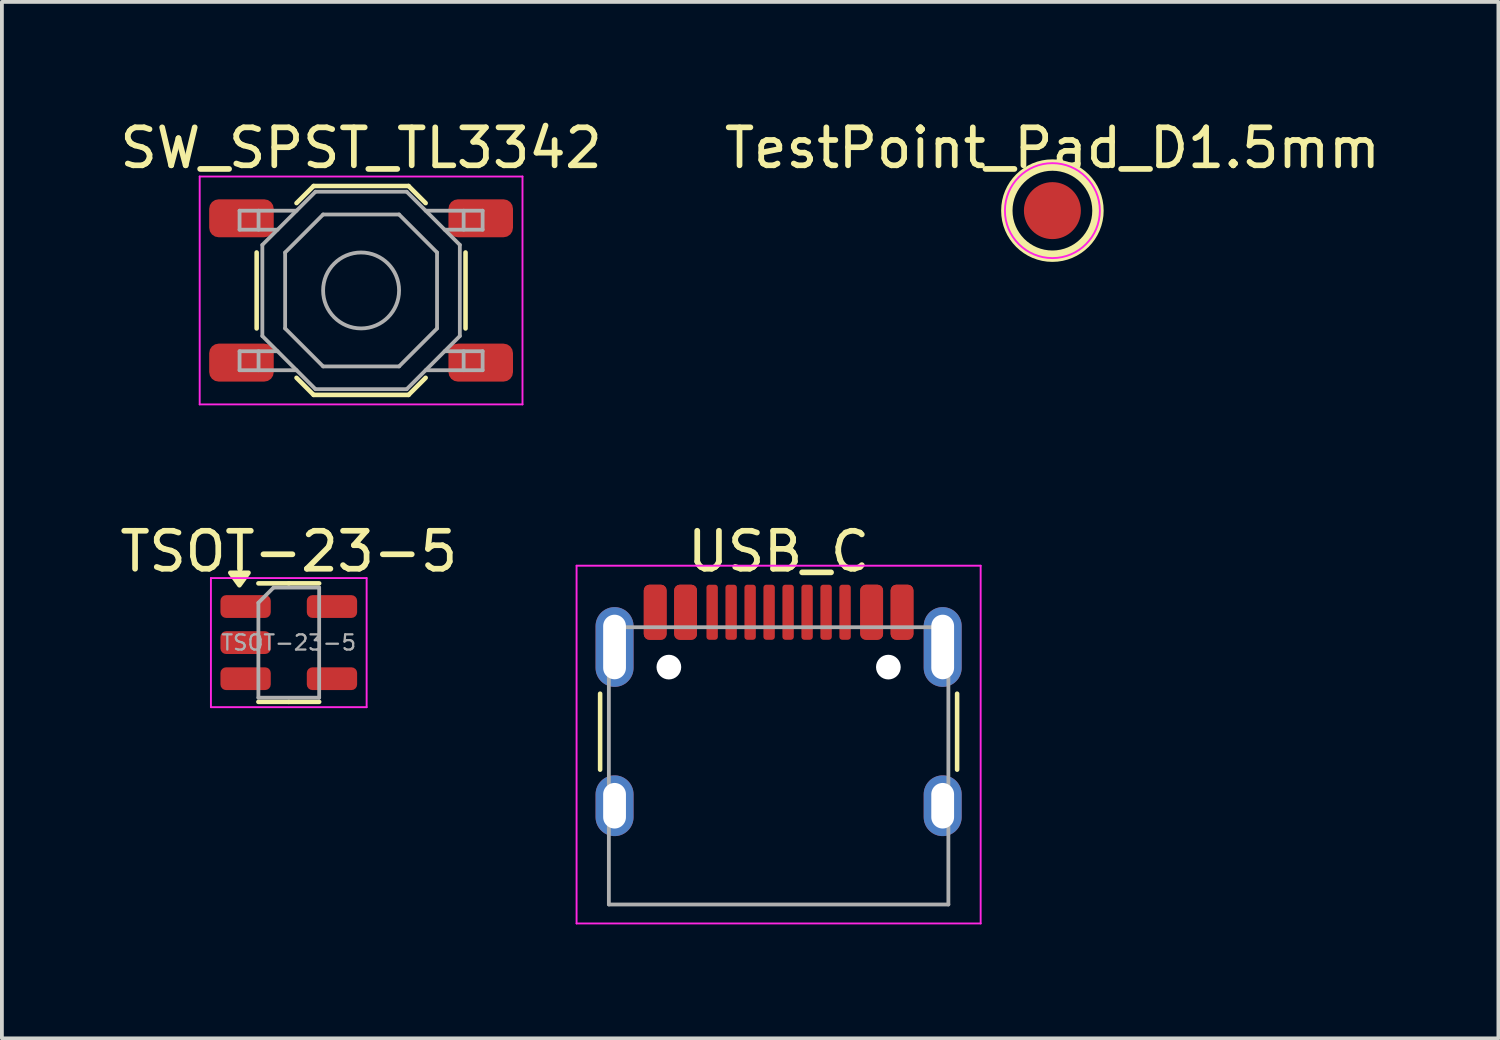
<source format=kicad_pcb>
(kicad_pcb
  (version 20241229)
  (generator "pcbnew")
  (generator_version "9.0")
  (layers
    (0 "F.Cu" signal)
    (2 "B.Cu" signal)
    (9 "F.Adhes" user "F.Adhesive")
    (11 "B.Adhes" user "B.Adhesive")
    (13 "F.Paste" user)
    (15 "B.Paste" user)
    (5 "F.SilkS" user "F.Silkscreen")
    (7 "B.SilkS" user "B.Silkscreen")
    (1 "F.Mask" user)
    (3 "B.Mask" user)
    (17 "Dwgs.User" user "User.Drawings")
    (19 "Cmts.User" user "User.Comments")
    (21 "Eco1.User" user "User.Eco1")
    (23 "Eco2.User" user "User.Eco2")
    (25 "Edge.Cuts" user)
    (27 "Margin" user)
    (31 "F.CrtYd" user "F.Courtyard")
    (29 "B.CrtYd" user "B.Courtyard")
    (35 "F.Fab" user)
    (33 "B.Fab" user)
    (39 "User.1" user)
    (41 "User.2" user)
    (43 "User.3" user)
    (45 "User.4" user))
  (footprint "USB_C"
    (layer "F.Cu")
    (at 17.452 17.116)
    (property "Reference" "USB_C" (at 0 -5.645 0) (layer "F.SilkS") (effects (font (size 1 1) (thickness 0.15))))
    (attr smd)
    (fp_line (start -4.7 -1.9) (end -4.7 0.1) (stroke (width 0.12) (type solid)) (layer "F.SilkS"))
    (fp_line (start 4.7 -1.9) (end 4.7 0.1) (stroke (width 0.12) (type solid)) (layer "F.SilkS"))
    (fp_line (start -5.32 -5.27) (end -5.32 4.15) (stroke (width 0.05) (type solid)) (layer "F.CrtYd"))
    (fp_line (start -5.32 -5.27) (end 5.32 -5.27) (stroke (width 0.05) (type solid)) (layer "F.CrtYd"))
    (fp_line (start -5.32 4.15) (end 5.32 4.15) (stroke (width 0.05) (type solid)) (layer "F.CrtYd"))
    (fp_line (start 5.32 -5.27) (end 5.32 4.15) (stroke (width 0.05) (type solid)) (layer "F.CrtYd"))
    (fp_line (start -4.47 -3.65) (end -4.47 3.65) (stroke (width 0.1) (type solid)) (layer "F.Fab"))
    (fp_line (start -4.47 -3.65) (end 4.47 -3.65) (stroke (width 0.1) (type solid)) (layer "F.Fab"))
    (fp_line (start -4.47 3.65) (end 4.47 3.65) (stroke (width 0.1) (type solid)) (layer "F.Fab"))
    (fp_line (start 4.47 -3.65) (end 4.47 3.65) (stroke (width 0.1) (type solid)) (layer "F.Fab"))
    (pad "" np_thru_hole circle (at -2.89 -2.6) (size 0.65 0.65) (drill 0.65) (layers "*.Cu" "*.Mask"))
    (pad "" np_thru_hole circle (at 2.89 -2.6) (size 0.65 0.65) (drill 0.65) (layers "*.Cu" "*.Mask"))
    (pad "A1" smd roundrect (at -3.25 -4.045) (size 0.6 1.45) (layers "F.Cu" "F.Mask" "F.Paste") (roundrect_rratio 0.25))
    (pad "A4" smd roundrect (at -2.45 -4.045) (size 0.6 1.45) (layers "F.Cu" "F.Mask" "F.Paste") (roundrect_rratio 0.25))
    (pad "A5" smd roundrect (at -1.25 -4.045) (size 0.3 1.45) (layers "F.Cu" "F.Mask" "F.Paste") (roundrect_rratio 0.25))
    (pad "A6" smd roundrect (at -0.25 -4.045) (size 0.3 1.45) (layers "F.Cu" "F.Mask" "F.Paste") (roundrect_rratio 0.25))
    (pad "A7" smd roundrect (at 0.25 -4.045) (size 0.3 1.45) (layers "F.Cu" "F.Mask" "F.Paste") (roundrect_rratio 0.25))
    (pad "A8" smd roundrect (at 1.25 -4.045) (size 0.3 1.45) (layers "F.Cu" "F.Mask" "F.Paste") (roundrect_rratio 0.25))
    (pad "A9" smd roundrect (at 2.45 -4.045) (size 0.6 1.45) (layers "F.Cu" "F.Mask" "F.Paste") (roundrect_rratio 0.25))
    (pad "A12" smd roundrect (at 3.25 -4.045) (size 0.6 1.45) (layers "F.Cu" "F.Mask" "F.Paste") (roundrect_rratio 0.25))
    (pad "B1" smd roundrect (at 3.25 -4.045) (size 0.6 1.45) (layers "F.Cu" "F.Mask" "F.Paste") (roundrect_rratio 0.25))
    (pad "B4" smd roundrect (at 2.45 -4.045) (size 0.6 1.45) (layers "F.Cu" "F.Mask" "F.Paste") (roundrect_rratio 0.25))
    (pad "B5" smd roundrect (at 1.75 -4.045) (size 0.3 1.45) (layers "F.Cu" "F.Mask" "F.Paste") (roundrect_rratio 0.25))
    (pad "B6" smd roundrect (at 0.75 -4.045) (size 0.3 1.45) (layers "F.Cu" "F.Mask" "F.Paste") (roundrect_rratio 0.25))
    (pad "B7" smd roundrect (at -0.75 -4.045) (size 0.3 1.45) (layers "F.Cu" "F.Mask" "F.Paste") (roundrect_rratio 0.25))
    (pad "B8" smd roundrect (at -1.75 -4.045) (size 0.3 1.45) (layers "F.Cu" "F.Mask" "F.Paste") (roundrect_rratio 0.25))
    (pad "B9" smd roundrect (at -2.45 -4.045) (size 0.6 1.45) (layers "F.Cu" "F.Mask" "F.Paste") (roundrect_rratio 0.25))
    (pad "B12" smd roundrect (at -3.25 -4.045) (size 0.6 1.45) (layers "F.Cu" "F.Mask" "F.Paste") (roundrect_rratio 0.25))
    (pad "S1" thru_hole oval (at -4.32 -3.13) (size 1 2.1) (drill oval 0.6 1.7) (layers "*.Cu" "*.Mask"))
    (pad "S1" thru_hole oval (at -4.32 1.05) (size 1 1.6) (drill oval 0.6 1.2) (layers "*.Cu" "*.Mask"))
    (pad "S1" thru_hole oval (at 4.32 -3.13) (size 1 2.1) (drill oval 0.6 1.7) (layers "*.Cu" "*.Mask"))
    (pad "S1" thru_hole oval (at 4.32 1.05) (size 1 1.6) (drill oval 0.6 1.2) (layers "*.Cu" "*.Mask")))
  (footprint "TSOT-23-5"
    (layer "F.Cu")
    (at 4.554 13.871)
    (property "Reference" "TSOT-23-5" (at 0 -2.4 0) (layer "F.SilkS") (effects (font (size 1 1) (thickness 0.15))))
    (attr smd)
    (fp_line (start 0 -1.56) (end -0.8 -1.56) (stroke (width 0.12) (type solid)) (layer "F.SilkS"))
    (fp_line (start 0 -1.56) (end 0.8 -1.56) (stroke (width 0.12) (type solid)) (layer "F.SilkS"))
    (fp_line (start 0 1.56) (end -0.8 1.56) (stroke (width 0.12) (type solid)) (layer "F.SilkS"))
    (fp_line (start 0 1.56) (end 0.8 1.56) (stroke (width 0.12) (type solid)) (layer "F.SilkS"))
    (fp_poly (pts (xy -1.3 -1.51) (xy -1.54 -1.84) (xy -1.06 -1.84) (xy -1.3 -1.51)) (stroke (width 0.12) (type solid)) (fill yes) (layer "F.SilkS"))
    (fp_line (start -2.05 -1.7) (end -2.05 1.7) (stroke (width 0.05) (type solid)) (layer "F.CrtYd"))
    (fp_line (start -2.05 1.7) (end 2.05 1.7) (stroke (width 0.05) (type solid)) (layer "F.CrtYd"))
    (fp_line (start 2.05 -1.7) (end -2.05 -1.7) (stroke (width 0.05) (type solid)) (layer "F.CrtYd"))
    (fp_line (start 2.05 1.7) (end 2.05 -1.7) (stroke (width 0.05) (type solid)) (layer "F.CrtYd"))
    (fp_line (start -0.8 -1.05) (end -0.4 -1.45) (stroke (width 0.1) (type solid)) (layer "F.Fab"))
    (fp_line (start -0.8 1.45) (end -0.8 -1.05) (stroke (width 0.1) (type solid)) (layer "F.Fab"))
    (fp_line (start -0.4 -1.45) (end 0.8 -1.45) (stroke (width 0.1) (type solid)) (layer "F.Fab"))
    (fp_line (start 0.8 -1.45) (end 0.8 1.45) (stroke (width 0.1) (type solid)) (layer "F.Fab"))
    (fp_line (start 0.8 1.45) (end -0.8 1.45) (stroke (width 0.1) (type solid)) (layer "F.Fab"))
    (fp_text user "${REFERENCE}" (at 0 0 0) (layer "F.Fab") (effects (font (size 0.4 0.4) (thickness 0.06))))
    (pad "1" smd roundrect (at -1.137 -0.95) (size 1.325 0.6) (layers "F.Cu" "F.Mask" "F.Paste") (roundrect_rratio 0.25))
    (pad "2" smd roundrect (at -1.137 0) (size 1.325 0.6) (layers "F.Cu" "F.Mask" "F.Paste") (roundrect_rratio 0.25))
    (pad "3" smd roundrect (at -1.137 0.95) (size 1.325 0.6) (layers "F.Cu" "F.Mask" "F.Paste") (roundrect_rratio 0.25))
    (pad "4" smd roundrect (at 1.137 0.95) (size 1.325 0.6) (layers "F.Cu" "F.Mask" "F.Paste") (roundrect_rratio 0.25))
    (pad "5" smd roundrect (at 1.137 -0.95) (size 1.325 0.6) (layers "F.Cu" "F.Mask" "F.Paste") (roundrect_rratio 0.25)))
  (footprint "SW_SPST_TL3342"
    (layer "F.Cu")
    (at 6.458 4.598)
    (property "Reference" "SW_SPST_TL3342" (at 0 -3.75 0) (layer "F.SilkS") (effects (font (size 1 1) (thickness 0.15))))
    (attr smd)
    (fp_line (start -2.75 -1) (end -2.75 1) (stroke (width 0.12) (type solid)) (layer "F.SilkS"))
    (fp_line (start -1.7 -2.3) (end -1.25 -2.75) (stroke (width 0.12) (type solid)) (layer "F.SilkS"))
    (fp_line (start -1.7 2.3) (end -1.25 2.75) (stroke (width 0.12) (type solid)) (layer "F.SilkS"))
    (fp_line (start -1.25 -2.75) (end 1.25 -2.75) (stroke (width 0.12) (type solid)) (layer "F.SilkS"))
    (fp_line (start -1.25 2.75) (end 1.25 2.75) (stroke (width 0.12) (type solid)) (layer "F.SilkS"))
    (fp_line (start 1.7 -2.3) (end 1.25 -2.75) (stroke (width 0.12) (type solid)) (layer "F.SilkS"))
    (fp_line (start 1.7 2.3) (end 1.25 2.75) (stroke (width 0.12) (type solid)) (layer "F.SilkS"))
    (fp_line (start 2.75 -1) (end 2.75 1) (stroke (width 0.12) (type solid)) (layer "F.SilkS"))
    (fp_line (start -4.25 -3) (end 4.25 -3) (stroke (width 0.05) (type solid)) (layer "F.CrtYd"))
    (fp_line (start -4.25 3) (end -4.25 -3) (stroke (width 0.05) (type solid)) (layer "F.CrtYd"))
    (fp_line (start 4.25 -3) (end 4.25 3) (stroke (width 0.05) (type solid)) (layer "F.CrtYd"))
    (fp_line (start 4.25 3) (end -4.25 3) (stroke (width 0.05) (type solid)) (layer "F.CrtYd"))
    (fp_line (start -3.2 -2.1) (end -3.2 -1.6) (stroke (width 0.1) (type solid)) (layer "F.Fab"))
    (fp_line (start -3.2 -1.6) (end -2.2 -1.6) (stroke (width 0.1) (type solid)) (layer "F.Fab"))
    (fp_line (start -3.2 1.6) (end -2.2 1.6) (stroke (width 0.1) (type solid)) (layer "F.Fab"))
    (fp_line (start -3.2 2.1) (end -3.2 1.6) (stroke (width 0.1) (type solid)) (layer "F.Fab"))
    (fp_line (start -2.7 -2.1) (end -2.7 -1.6) (stroke (width 0.1) (type solid)) (layer "F.Fab"))
    (fp_line (start -2.7 2.1) (end -2.7 1.6) (stroke (width 0.1) (type solid)) (layer "F.Fab"))
    (fp_line (start -2.6 -1.2) (end -2.6 1.2) (stroke (width 0.1) (type solid)) (layer "F.Fab"))
    (fp_line (start -2.6 1.2) (end -1.2 2.6) (stroke (width 0.1) (type solid)) (layer "F.Fab"))
    (fp_line (start -2 -1) (end -1 -2) (stroke (width 0.1) (type solid)) (layer "F.Fab"))
    (fp_line (start -2 1) (end -2 -1) (stroke (width 0.1) (type solid)) (layer "F.Fab"))
    (fp_line (start -1.7 -2.1) (end -3.2 -2.1) (stroke (width 0.1) (type solid)) (layer "F.Fab"))
    (fp_line (start -1.7 2.1) (end -3.2 2.1) (stroke (width 0.1) (type solid)) (layer "F.Fab"))
    (fp_line (start -1.2 -2.6) (end -2.6 -1.2) (stroke (width 0.1) (type solid)) (layer "F.Fab"))
    (fp_line (start -1.2 2.6) (end 1.2 2.6) (stroke (width 0.1) (type solid)) (layer "F.Fab"))
    (fp_line (start -1 -2) (end 1 -2) (stroke (width 0.1) (type solid)) (layer "F.Fab"))
    (fp_line (start -1 2) (end -2 1) (stroke (width 0.1) (type solid)) (layer "F.Fab"))
    (fp_line (start 1 -2) (end 2 -1) (stroke (width 0.1) (type solid)) (layer "F.Fab"))
    (fp_line (start 1 2) (end -1 2) (stroke (width 0.1) (type solid)) (layer "F.Fab"))
    (fp_line (start 1.2 -2.6) (end -1.2 -2.6) (stroke (width 0.1) (type solid)) (layer "F.Fab"))
    (fp_line (start 1.2 2.6) (end 2.6 1.2) (stroke (width 0.1) (type solid)) (layer "F.Fab"))
    (fp_line (start 1.7 -2.1) (end 3.2 -2.1) (stroke (width 0.1) (type solid)) (layer "F.Fab"))
    (fp_line (start 1.7 2.1) (end 3.2 2.1) (stroke (width 0.1) (type solid)) (layer "F.Fab"))
    (fp_line (start 2 -1) (end 2 1) (stroke (width 0.1) (type solid)) (layer "F.Fab"))
    (fp_line (start 2 1) (end 1 2) (stroke (width 0.1) (type solid)) (layer "F.Fab"))
    (fp_line (start 2.6 -1.2) (end 1.2 -2.6) (stroke (width 0.1) (type solid)) (layer "F.Fab"))
    (fp_line (start 2.6 1.2) (end 2.6 -1.2) (stroke (width 0.1) (type solid)) (layer "F.Fab"))
    (fp_line (start 2.7 -2.1) (end 2.7 -1.6) (stroke (width 0.1) (type solid)) (layer "F.Fab"))
    (fp_line (start 2.7 2.1) (end 2.7 1.6) (stroke (width 0.1) (type solid)) (layer "F.Fab"))
    (fp_line (start 3.2 -2.1) (end 3.2 -1.6) (stroke (width 0.1) (type solid)) (layer "F.Fab"))
    (fp_line (start 3.2 -1.6) (end 2.2 -1.6) (stroke (width 0.1) (type solid)) (layer "F.Fab"))
    (fp_line (start 3.2 1.6) (end 2.2 1.6) (stroke (width 0.1) (type solid)) (layer "F.Fab"))
    (fp_line (start 3.2 2.1) (end 3.2 1.6) (stroke (width 0.1) (type solid)) (layer "F.Fab"))
    (fp_circle (center 0 0) (end 1 0) (stroke (width 0.1) (type solid)) (fill no) (layer "F.Fab"))
    (pad "1" smd roundrect (at -3.15 -1.9) (size 1.7 1) (layers "F.Cu" "F.Mask" "F.Paste") (roundrect_rratio 0.25))
    (pad "1" smd roundrect (at 3.15 -1.9) (size 1.7 1) (layers "F.Cu" "F.Mask" "F.Paste") (roundrect_rratio 0.25))
    (pad "2" smd roundrect (at -3.15 1.9) (size 1.7 1) (layers "F.Cu" "F.Mask" "F.Paste") (roundrect_rratio 0.25))
    (pad "2" smd roundrect (at 3.15 1.9) (size 1.7 1) (layers "F.Cu" "F.Mask" "F.Paste") (roundrect_rratio 0.25)))
  (footprint "TestPoint_Pad_D1.5mm"
    (layer "F.Cu")
    (at 24.661 2.496)
    (property "Reference" "TestPoint_Pad_D1.5mm" (at 0 -1.648 0) (layer "F.SilkS") (effects (font (size 1 1) (thickness 0.15))))
    (attr exclude_from_pos_files exclude_from_bom)
    (fp_circle (center 0 0) (end 1.2 0) (stroke (width 0.3) (type solid)) (fill no) (layer "F.SilkS"))
    (fp_circle (center 0 0) (end 1.25 0) (stroke (width 0.05) (type solid)) (fill no) (layer "F.CrtYd"))
    (pad "1" smd circle (at 0 0) (size 1.5 1.5) (layers "F.Cu" "F.Mask")))
  (gr_rect
    (start -3 -3)
    (end 36.405 24.291)
    (stroke (width 0.1) (type default))
    (fill no)
    (layer "Edge.Cuts")))
</source>
